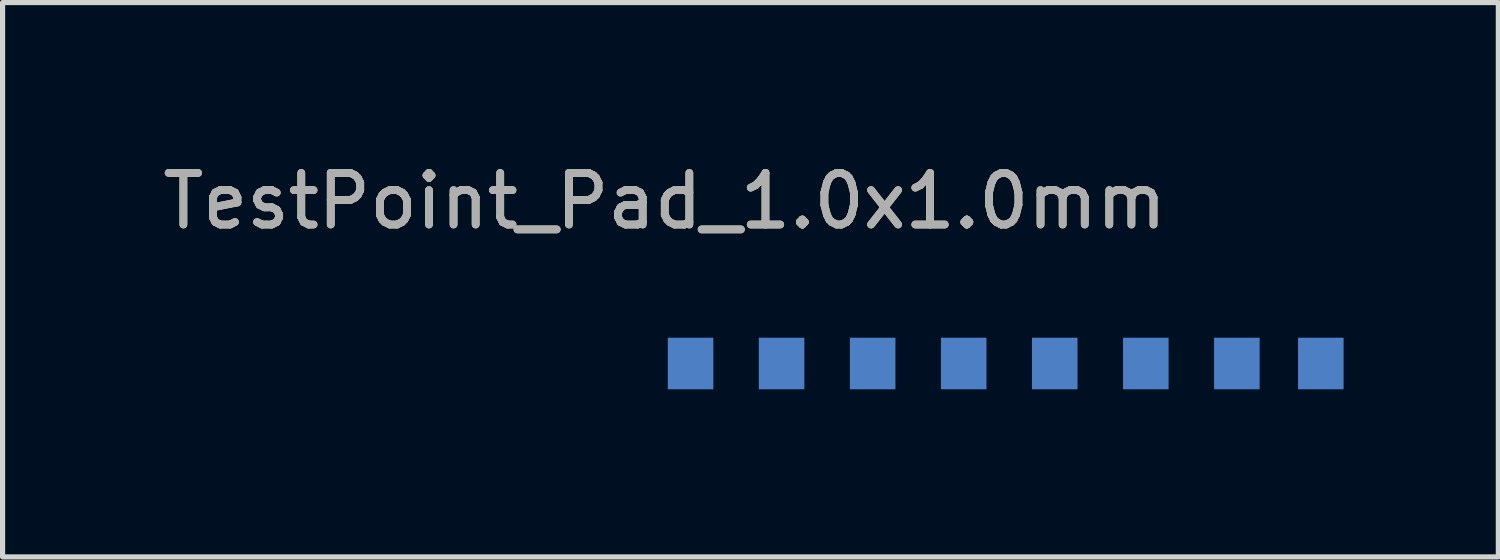
<source format=kicad_pcb>
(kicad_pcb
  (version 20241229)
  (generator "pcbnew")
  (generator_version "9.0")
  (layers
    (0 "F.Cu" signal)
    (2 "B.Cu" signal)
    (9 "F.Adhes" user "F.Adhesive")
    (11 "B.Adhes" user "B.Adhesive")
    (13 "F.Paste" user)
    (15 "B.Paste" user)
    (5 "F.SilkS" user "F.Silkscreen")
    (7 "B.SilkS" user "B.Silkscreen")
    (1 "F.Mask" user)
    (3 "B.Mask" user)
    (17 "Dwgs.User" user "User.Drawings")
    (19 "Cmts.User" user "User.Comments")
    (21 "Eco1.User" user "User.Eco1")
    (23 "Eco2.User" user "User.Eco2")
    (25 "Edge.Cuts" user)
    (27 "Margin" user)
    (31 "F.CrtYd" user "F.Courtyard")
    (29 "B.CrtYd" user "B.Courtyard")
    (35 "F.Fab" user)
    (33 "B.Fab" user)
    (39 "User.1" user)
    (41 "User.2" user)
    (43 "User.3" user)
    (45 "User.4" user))
  (footprint "TestPoint_Pad_1.0x1.0mm"
    (layer "F.Cu")
    (at 9.839 4.498)
    (property "Reference" "TestPoint_Pad_1.0x1.0mm" (at 0 -3.65 0) (layer "F.SilkS") (effects (font (size 1 1) (thickness 0.15))))
    (attr exclude_from_pos_files exclude_from_bom)
    (fp_text user "${REFERENCE}" (at 0 -3.65 0) (layer "F.Fab") (effects (font (size 1 1) (thickness 0.15))))
    (pad "1" smd rect (at 0.5 -0.5) (size 0.883 1) (layers "B.Cu" "B.Mask"))
    (pad "2" smd rect (at 2.265 -0.5) (size 0.883 1) (layers "B.Cu" "B.Mask"))
    (pad "3" smd rect (at 4.031 -0.5) (size 0.883 1) (layers "B.Cu" "B.Mask"))
    (pad "4" smd rect (at 5.796 -0.5) (size 0.883 1) (layers "B.Cu" "B.Mask"))
    (pad "5" smd rect (at 7.561 -0.5) (size 0.883 1) (layers "B.Cu" "B.Mask"))
    (pad "6" smd rect (at 9.327 -0.5) (size 0.883 1) (layers "B.Cu" "B.Mask"))
    (pad "7" smd rect (at 11.092 -0.5) (size 0.883 1) (layers "B.Cu" "B.Mask"))
    (pad "8" smd rect (at 12.72 -0.5) (size 0.883 1) (layers "B.Cu" "B.Mask")))
  (gr_rect
    (start -3 -3)
    (end 26.001 7.748)
    (stroke (width 0.1) (type default))
    (fill no)
    (layer "Edge.Cuts")))
</source>
